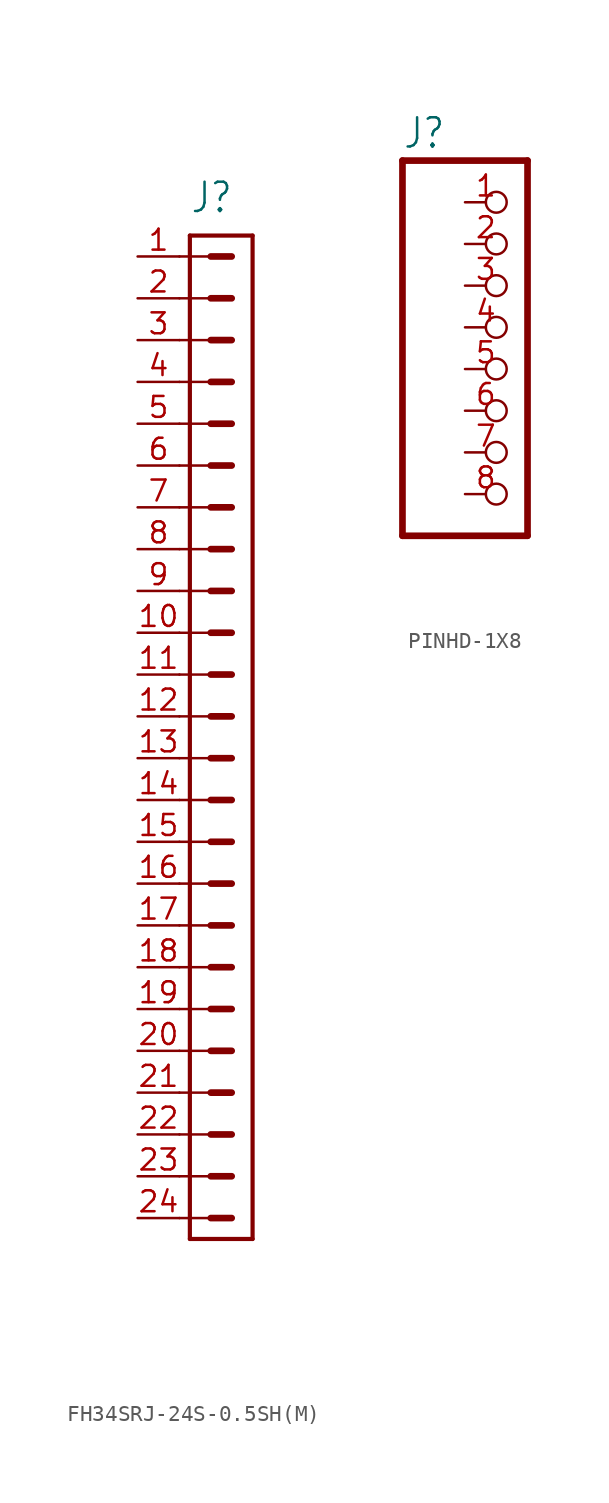
<source format=kicad_sym>
(kicad_symbol_lib
  (version 20231120)
  (generator "kicad_symbol_editor")
  (generator_version "8.0")
  (symbol "FH34SRJ-24S-0.5SH(M)"
    (property "Reference" "J"
      (at -1.905 30.48 0)
      (effects (font (size 1.778 1.511)) (justify left bottom)))
    (property "Value" ""
      (at -1.905 -34.608 0)
      (effects (font (size 1.778 1.511)) (justify left bottom)))
    (property "ki_locked" ""
      (at 0 0 0)
      (effects (font (size 1.27 1.27))))
    (symbol "FH34SRJ-24S-0.5SH(M)_1_0"
      (polyline (pts (xy -2.54 -30.48) (xy -0.635 -30.48)) (stroke (width 0.152) (type solid)) (fill (type none)))
      (polyline (pts (xy -2.54 -27.94) (xy -0.635 -27.94)) (stroke (width 0.152) (type solid)) (fill (type none)))
      (polyline (pts (xy -2.54 -25.4) (xy -0.635 -25.4)) (stroke (width 0.152) (type solid)) (fill (type none)))
      (polyline (pts (xy -2.54 -22.86) (xy -0.635 -22.86)) (stroke (width 0.152) (type solid)) (fill (type none)))
      (polyline (pts (xy -2.54 -20.32) (xy -0.635 -20.32)) (stroke (width 0.152) (type solid)) (fill (type none)))
      (polyline (pts (xy -2.54 -17.78) (xy -0.635 -17.78)) (stroke (width 0.152) (type solid)) (fill (type none)))
      (polyline (pts (xy -2.54 -15.24) (xy -0.635 -15.24)) (stroke (width 0.152) (type solid)) (fill (type none)))
      (polyline (pts (xy -2.54 -12.7) (xy -0.635 -12.7)) (stroke (width 0.152) (type solid)) (fill (type none)))
      (polyline (pts (xy -2.54 -10.16) (xy -0.635 -10.16)) (stroke (width 0.152) (type solid)) (fill (type none)))
      (polyline (pts (xy -2.54 -7.62) (xy -0.635 -7.62)) (stroke (width 0.152) (type solid)) (fill (type none)))
      (polyline (pts (xy -2.54 -5.08) (xy -0.635 -5.08)) (stroke (width 0.152) (type solid)) (fill (type none)))
      (polyline (pts (xy -2.54 -2.54) (xy -0.635 -2.54)) (stroke (width 0.152) (type solid)) (fill (type none)))
      (polyline (pts (xy -2.54 0) (xy -0.635 0)) (stroke (width 0.152) (type solid)) (fill (type none)))
      (polyline (pts (xy -2.54 2.54) (xy -0.635 2.54)) (stroke (width 0.152) (type solid)) (fill (type none)))
      (polyline (pts (xy -2.54 5.08) (xy -0.635 5.08)) (stroke (width 0.152) (type solid)) (fill (type none)))
      (polyline (pts (xy -2.54 7.62) (xy -0.635 7.62)) (stroke (width 0.152) (type solid)) (fill (type none)))
      (polyline (pts (xy -2.54 10.16) (xy -0.635 10.16)) (stroke (width 0.152) (type solid)) (fill (type none)))
      (polyline (pts (xy -2.54 12.7) (xy -0.635 12.7)) (stroke (width 0.152) (type solid)) (fill (type none)))
      (polyline (pts (xy -2.54 15.24) (xy -0.635 15.24)) (stroke (width 0.152) (type solid)) (fill (type none)))
      (polyline (pts (xy -2.54 17.78) (xy -0.635 17.78)) (stroke (width 0.152) (type solid)) (fill (type none)))
      (polyline (pts (xy -2.54 20.32) (xy -0.635 20.32)) (stroke (width 0.152) (type solid)) (fill (type none)))
      (polyline (pts (xy -2.54 22.86) (xy -0.635 22.86)) (stroke (width 0.152) (type solid)) (fill (type none)))
      (polyline (pts (xy -2.54 25.4) (xy -0.635 25.4)) (stroke (width 0.152) (type solid)) (fill (type none)))
      (polyline (pts (xy -2.54 27.94) (xy -0.635 27.94)) (stroke (width 0.152) (type solid)) (fill (type none)))
      (polyline (pts (xy -1.905 -31.75) (xy -1.905 29.21)) (stroke (width 0.254) (type solid)) (fill (type none)))
      (polyline (pts (xy -1.905 -31.75) (xy 1.905 -31.75)) (stroke (width 0.254) (type solid)) (fill (type none)))
      (polyline (pts (xy -0.635 -30.48) (xy 0.635 -30.48)) (stroke (width 0.406) (type solid)) (fill (type none)))
      (polyline (pts (xy -0.635 -27.94) (xy 0.635 -27.94)) (stroke (width 0.406) (type solid)) (fill (type none)))
      (polyline (pts (xy -0.635 -25.4) (xy 0.635 -25.4)) (stroke (width 0.406) (type solid)) (fill (type none)))
      (polyline (pts (xy -0.635 -22.86) (xy 0.635 -22.86)) (stroke (width 0.406) (type solid)) (fill (type none)))
      (polyline (pts (xy -0.635 -20.32) (xy 0.635 -20.32)) (stroke (width 0.406) (type solid)) (fill (type none)))
      (polyline (pts (xy -0.635 -17.78) (xy 0.635 -17.78)) (stroke (width 0.406) (type solid)) (fill (type none)))
      (polyline (pts (xy -0.635 -15.24) (xy 0.635 -15.24)) (stroke (width 0.406) (type solid)) (fill (type none)))
      (polyline (pts (xy -0.635 -12.7) (xy 0.635 -12.7)) (stroke (width 0.406) (type solid)) (fill (type none)))
      (polyline (pts (xy -0.635 -10.16) (xy 0.635 -10.16)) (stroke (width 0.406) (type solid)) (fill (type none)))
      (polyline (pts (xy -0.635 -7.62) (xy 0.635 -7.62)) (stroke (width 0.406) (type solid)) (fill (type none)))
      (polyline (pts (xy -0.635 -5.08) (xy 0.635 -5.08)) (stroke (width 0.406) (type solid)) (fill (type none)))
      (polyline (pts (xy -0.635 -2.54) (xy 0.635 -2.54)) (stroke (width 0.406) (type solid)) (fill (type none)))
      (polyline (pts (xy -0.635 0) (xy 0.635 0)) (stroke (width 0.406) (type solid)) (fill (type none)))
      (polyline (pts (xy -0.635 2.54) (xy 0.635 2.54)) (stroke (width 0.406) (type solid)) (fill (type none)))
      (polyline (pts (xy -0.635 5.08) (xy 0.635 5.08)) (stroke (width 0.406) (type solid)) (fill (type none)))
      (polyline (pts (xy -0.635 7.62) (xy 0.635 7.62)) (stroke (width 0.406) (type solid)) (fill (type none)))
      (polyline (pts (xy -0.635 10.16) (xy 0.635 10.16)) (stroke (width 0.406) (type solid)) (fill (type none)))
      (polyline (pts (xy -0.635 12.7) (xy 0.635 12.7)) (stroke (width 0.406) (type solid)) (fill (type none)))
      (polyline (pts (xy -0.635 15.24) (xy 0.635 15.24)) (stroke (width 0.406) (type solid)) (fill (type none)))
      (polyline (pts (xy -0.635 17.78) (xy 0.635 17.78)) (stroke (width 0.406) (type solid)) (fill (type none)))
      (polyline (pts (xy -0.635 20.32) (xy 0.635 20.32)) (stroke (width 0.406) (type solid)) (fill (type none)))
      (polyline (pts (xy -0.635 22.86) (xy 0.635 22.86)) (stroke (width 0.406) (type solid)) (fill (type none)))
      (polyline (pts (xy -0.635 25.4) (xy 0.635 25.4)) (stroke (width 0.406) (type solid)) (fill (type none)))
      (polyline (pts (xy -0.635 27.94) (xy 0.635 27.94)) (stroke (width 0.406) (type solid)) (fill (type none)))
      (polyline (pts (xy 1.905 29.21) (xy -1.905 29.21)) (stroke (width 0.254) (type solid)) (fill (type none)))
      (polyline (pts (xy 1.905 29.21) (xy 1.905 -31.75)) (stroke (width 0.254) (type solid)) (fill (type none)))
      (pin passive line (at -5.08 27.94 0) (length 2.54) (name "1" (effects (font (size 0 0)))) (number "1" (effects (font (size 1.27 1.27)))))
      (pin passive line (at -5.08 5.08 0) (length 2.54) (name "10" (effects (font (size 0 0)))) (number "10" (effects (font (size 1.27 1.27)))))
      (pin passive line (at -5.08 2.54 0) (length 2.54) (name "11" (effects (font (size 0 0)))) (number "11" (effects (font (size 1.27 1.27)))))
      (pin passive line (at -5.08 0 0) (length 2.54) (name "12" (effects (font (size 0 0)))) (number "12" (effects (font (size 1.27 1.27)))))
      (pin passive line (at -5.08 -2.54 0) (length 2.54) (name "13" (effects (font (size 0 0)))) (number "13" (effects (font (size 1.27 1.27)))))
      (pin passive line (at -5.08 -5.08 0) (length 2.54) (name "14" (effects (font (size 0 0)))) (number "14" (effects (font (size 1.27 1.27)))))
      (pin passive line (at -5.08 -7.62 0) (length 2.54) (name "15" (effects (font (size 0 0)))) (number "15" (effects (font (size 1.27 1.27)))))
      (pin passive line (at -5.08 -10.16 0) (length 2.54) (name "16" (effects (font (size 0 0)))) (number "16" (effects (font (size 1.27 1.27)))))
      (pin passive line (at -5.08 -12.7 0) (length 2.54) (name "17" (effects (font (size 0 0)))) (number "17" (effects (font (size 1.27 1.27)))))
      (pin passive line (at -5.08 -15.24 0) (length 2.54) (name "18" (effects (font (size 0 0)))) (number "18" (effects (font (size 1.27 1.27)))))
      (pin passive line (at -5.08 -17.78 0) (length 2.54) (name "19" (effects (font (size 0 0)))) (number "19" (effects (font (size 1.27 1.27)))))
      (pin passive line (at -5.08 25.4 0) (length 2.54) (name "2" (effects (font (size 0 0)))) (number "2" (effects (font (size 1.27 1.27)))))
      (pin passive line (at -5.08 -20.32 0) (length 2.54) (name "20" (effects (font (size 0 0)))) (number "20" (effects (font (size 1.27 1.27)))))
      (pin passive line (at -5.08 -22.86 0) (length 2.54) (name "21" (effects (font (size 0 0)))) (number "21" (effects (font (size 1.27 1.27)))))
      (pin passive line (at -5.08 -25.4 0) (length 2.54) (name "22" (effects (font (size 0 0)))) (number "22" (effects (font (size 1.27 1.27)))))
      (pin passive line (at -5.08 -27.94 0) (length 2.54) (name "23" (effects (font (size 0 0)))) (number "23" (effects (font (size 1.27 1.27)))))
      (pin passive line (at -5.08 -30.48 0) (length 2.54) (name "24" (effects (font (size 0 0)))) (number "24" (effects (font (size 1.27 1.27)))))
      (pin passive line (at -5.08 22.86 0) (length 2.54) (name "3" (effects (font (size 0 0)))) (number "3" (effects (font (size 1.27 1.27)))))
      (pin passive line (at -5.08 20.32 0) (length 2.54) (name "4" (effects (font (size 0 0)))) (number "4" (effects (font (size 1.27 1.27)))))
      (pin passive line (at -5.08 17.78 0) (length 2.54) (name "5" (effects (font (size 0 0)))) (number "5" (effects (font (size 1.27 1.27)))))
      (pin passive line (at -5.08 15.24 0) (length 2.54) (name "6" (effects (font (size 0 0)))) (number "6" (effects (font (size 1.27 1.27)))))
      (pin passive line (at -5.08 12.7 0) (length 2.54) (name "7" (effects (font (size 0 0)))) (number "7" (effects (font (size 1.27 1.27)))))
      (pin passive line (at -5.08 10.16 0) (length 2.54) (name "8" (effects (font (size 0 0)))) (number "8" (effects (font (size 1.27 1.27)))))
      (pin passive line (at -5.08 7.62 0) (length 2.54) (name "9" (effects (font (size 0 0)))) (number "9" (effects (font (size 1.27 1.27)))))))
  (symbol "PINHD-1X8"
    (property "Reference" "J"
      (at -6.35 13.335 0)
      (effects (font (size 1.778 1.511)) (justify left bottom)))
    (property "Value" ""
      (at -6.35 -12.7 0)
      (effects (font (size 1.778 1.511)) (justify left bottom)))
    (property "ki_locked" ""
      (at 0 0 0)
      (effects (font (size 1.27 1.27))))
    (symbol "PINHD-1X8_1_0"
      (polyline (pts (xy -6.35 -10.16) (xy 1.27 -10.16)) (stroke (width 0.406) (type solid)) (fill (type none)))
      (polyline (pts (xy -6.35 12.7) (xy -6.35 -10.16)) (stroke (width 0.406) (type solid)) (fill (type none)))
      (polyline (pts (xy 1.27 -10.16) (xy 1.27 12.7)) (stroke (width 0.406) (type solid)) (fill (type none)))
      (polyline (pts (xy 1.27 12.7) (xy -6.35 12.7)) (stroke (width 0.406) (type solid)) (fill (type none)))
      (pin passive inverted (at -2.54 10.16 0) (length 2.54) (name "1" (effects (font (size 0 0)))) (number "1" (effects (font (size 1.27 1.27)))))
      (pin passive inverted (at -2.54 7.62 0) (length 2.54) (name "2" (effects (font (size 0 0)))) (number "2" (effects (font (size 1.27 1.27)))))
      (pin passive inverted (at -2.54 5.08 0) (length 2.54) (name "3" (effects (font (size 0 0)))) (number "3" (effects (font (size 1.27 1.27)))))
      (pin passive inverted (at -2.54 2.54 0) (length 2.54) (name "4" (effects (font (size 0 0)))) (number "4" (effects (font (size 1.27 1.27)))))
      (pin passive inverted (at -2.54 0 0) (length 2.54) (name "5" (effects (font (size 0 0)))) (number "5" (effects (font (size 1.27 1.27)))))
      (pin passive inverted (at -2.54 -2.54 0) (length 2.54) (name "6" (effects (font (size 0 0)))) (number "6" (effects (font (size 1.27 1.27)))))
      (pin passive inverted (at -2.54 -5.08 0) (length 2.54) (name "7" (effects (font (size 0 0)))) (number "7" (effects (font (size 1.27 1.27)))))
      (pin passive inverted (at -2.54 -7.62 0) (length 2.54) (name "8" (effects (font (size 0 0)))) (number "8" (effects (font (size 1.27 1.27))))))))
</source>
